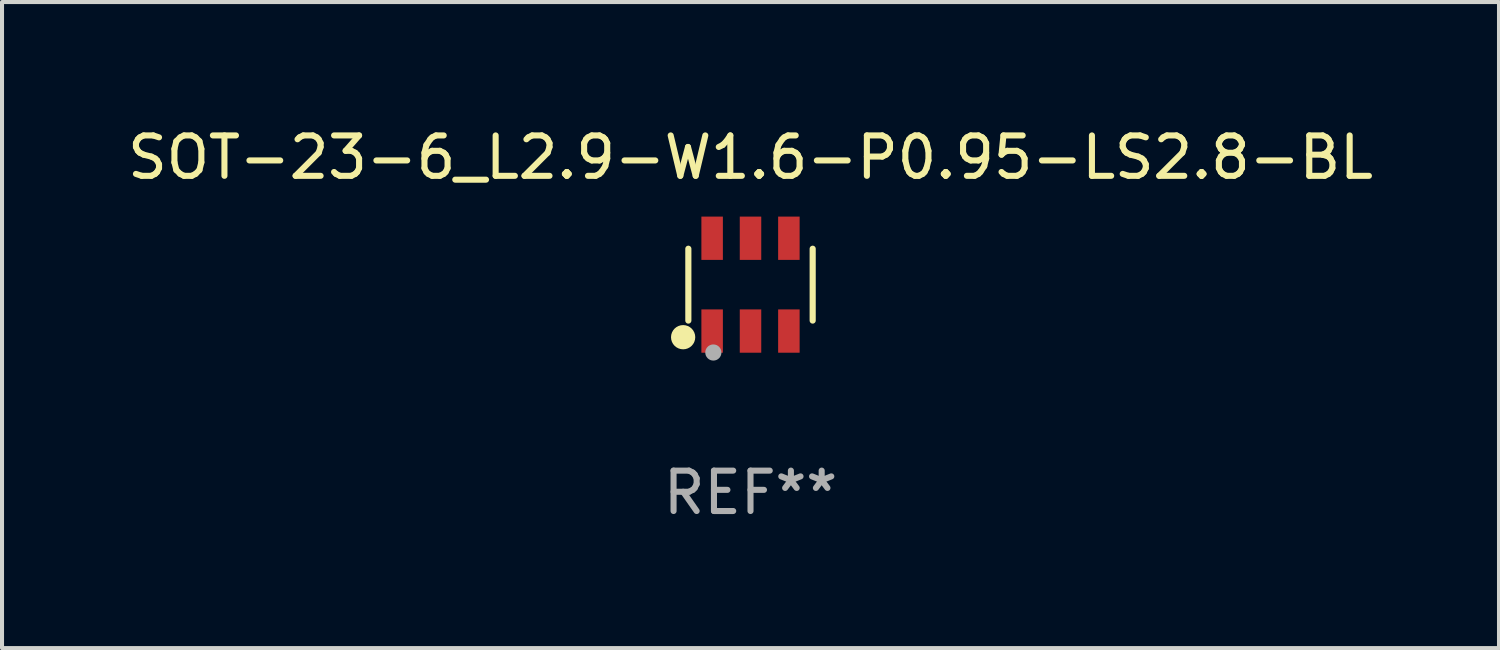
<source format=kicad_pcb>
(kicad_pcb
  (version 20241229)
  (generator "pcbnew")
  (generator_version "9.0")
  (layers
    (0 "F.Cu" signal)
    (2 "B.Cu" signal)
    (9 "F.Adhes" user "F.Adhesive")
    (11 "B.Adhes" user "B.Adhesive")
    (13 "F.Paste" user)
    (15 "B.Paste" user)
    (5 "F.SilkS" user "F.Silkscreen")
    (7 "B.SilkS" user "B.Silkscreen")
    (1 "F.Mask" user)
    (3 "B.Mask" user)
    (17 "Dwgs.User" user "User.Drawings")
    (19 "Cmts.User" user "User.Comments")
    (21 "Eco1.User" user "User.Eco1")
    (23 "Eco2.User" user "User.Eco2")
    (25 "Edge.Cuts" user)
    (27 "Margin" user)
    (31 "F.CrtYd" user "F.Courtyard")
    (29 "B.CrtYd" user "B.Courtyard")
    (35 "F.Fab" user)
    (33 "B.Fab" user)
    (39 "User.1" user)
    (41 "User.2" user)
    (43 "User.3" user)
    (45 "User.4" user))
  (footprint "SOT-23-6_L2.9-W1.6-P0.95-LS2.8-BL"
    (layer "F.Cu")
    (at 15.53 3.997)
    (property "Reference" "SOT-23-6_L2.9-W1.6-P0.95-LS2.8-BL" (at 0 -3.149 0) (layer "F.SilkS") (effects (font (size 1 1) (thickness 0.15))))
    (attr smd)
    (fp_line (start -1.539 0.889) (end -1.539 -0.889) (stroke (width 0.152) (type solid)) (layer "F.SilkS"))
    (fp_line (start 1.539 0.889) (end 1.539 -0.889) (stroke (width 0.152) (type solid)) (layer "F.SilkS"))
    (fp_circle (center -1.668 1.301) (end -1.518 1.301) (stroke (width 0.3) (type solid)) (fill no) (layer "F.SilkS"))
    (fp_circle (center -1.463 1.4) (end -1.433 1.4) (stroke (width 0.06) (type solid)) (fill no) (layer "F.SilkS"))
    (fp_circle (center -0.92 1.68) (end -0.82 1.68) (stroke (width 0.2) (type solid)) (fill no) (layer "F.Fab"))
    (fp_text user "REF**" (at 0 5.149 0) (layer "F.Fab") (effects (font (size 1 1) (thickness 0.15))))
    (pad "1" smd rect (at -0.95 1.149) (size 0.532 1.072) (layers "F.Cu" "F.Mask" "F.Paste"))
    (pad "2" smd rect (at 0 1.149) (size 0.532 1.072) (layers "F.Cu" "F.Mask" "F.Paste"))
    (pad "3" smd rect (at 0.95 1.149) (size 0.532 1.072) (layers "F.Cu" "F.Mask" "F.Paste"))
    (pad "4" smd rect (at 0.95 -1.149) (size 0.532 1.072) (layers "F.Cu" "F.Mask" "F.Paste"))
    (pad "5" smd rect (at 0 -1.149) (size 0.532 1.072) (layers "F.Cu" "F.Mask" "F.Paste"))
    (pad "6" smd rect (at -0.95 -1.149) (size 0.532 1.072) (layers "F.Cu" "F.Mask" "F.Paste")))
  (gr_rect
    (start -3 -3)
    (end 34.06 12.995)
    (stroke (width 0.1) (type default))
    (fill no)
    (layer "Edge.Cuts")))
</source>
